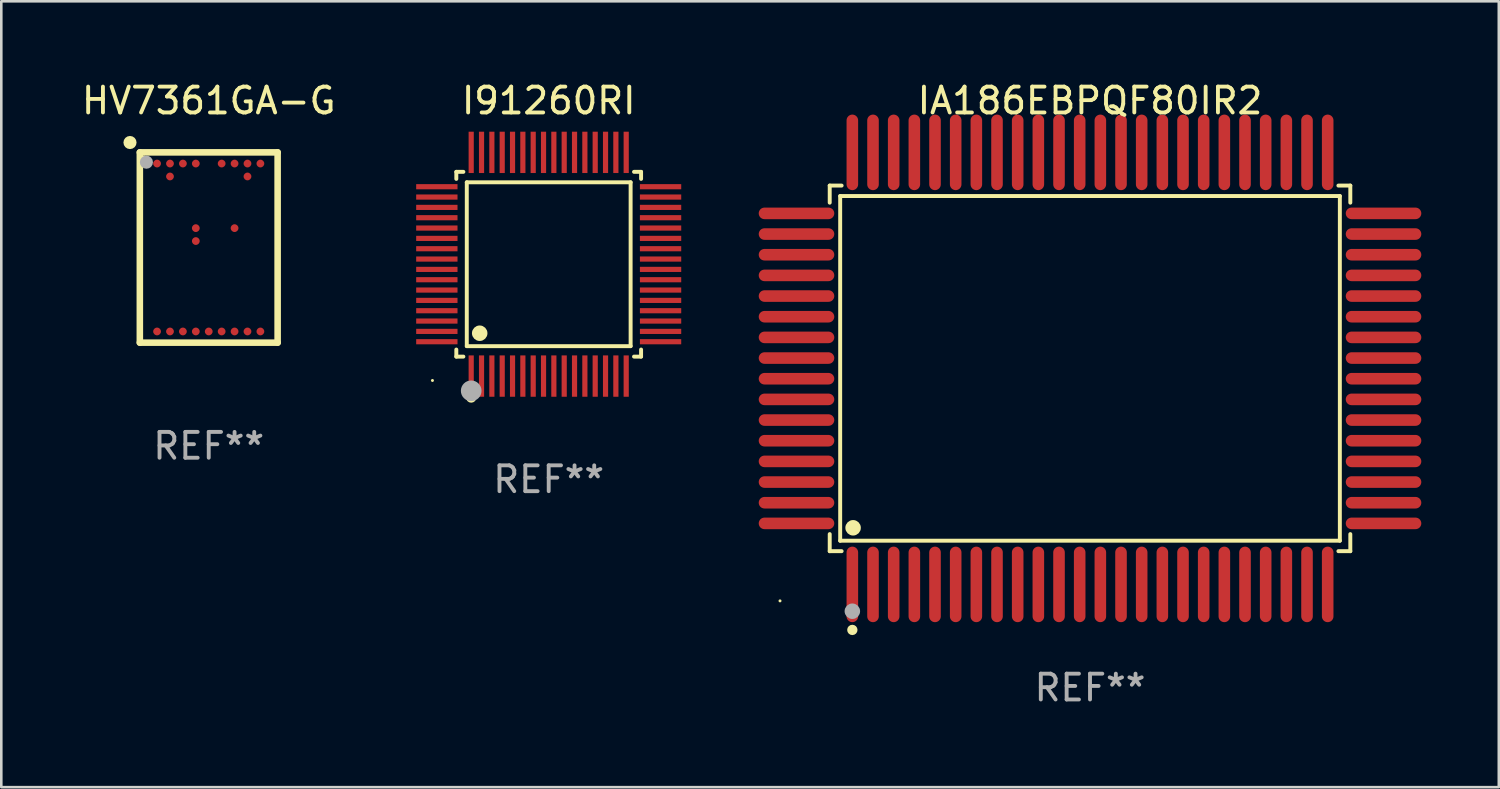
<source format=kicad_pcb>
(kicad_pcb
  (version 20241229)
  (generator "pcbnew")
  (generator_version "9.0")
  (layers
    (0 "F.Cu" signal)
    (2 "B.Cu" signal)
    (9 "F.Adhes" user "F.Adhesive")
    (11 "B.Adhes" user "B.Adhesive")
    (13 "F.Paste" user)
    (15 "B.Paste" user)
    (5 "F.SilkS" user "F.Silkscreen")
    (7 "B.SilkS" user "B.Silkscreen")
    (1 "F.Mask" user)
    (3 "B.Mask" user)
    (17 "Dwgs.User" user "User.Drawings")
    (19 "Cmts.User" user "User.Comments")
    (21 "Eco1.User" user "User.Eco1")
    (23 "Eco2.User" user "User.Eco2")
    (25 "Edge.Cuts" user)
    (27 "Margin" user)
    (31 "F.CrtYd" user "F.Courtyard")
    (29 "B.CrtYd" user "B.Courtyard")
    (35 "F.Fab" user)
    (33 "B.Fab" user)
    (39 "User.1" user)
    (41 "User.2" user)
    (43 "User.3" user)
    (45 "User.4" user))
  (footprint "HV7361GA-G"
    (layer "F.Cu")
    (at 5.03 6.531)
    (property "Reference" "HV7361GA-G" (at 0 -5.683 0) (layer "F.SilkS") (effects (font (size 1 1) (thickness 0.15))))
    (attr through_hole)
    (fp_line (start -2.667 -3.683) (end 2.667 -3.683) (stroke (width 0.254) (type solid)) (layer "F.SilkS"))
    (fp_line (start -2.667 3.683) (end -2.667 -3.683) (stroke (width 0.254) (type solid)) (layer "F.SilkS"))
    (fp_line (start 2.667 -3.683) (end 2.667 3.683) (stroke (width 0.254) (type solid)) (layer "F.SilkS"))
    (fp_line (start 2.667 3.683) (end -2.667 3.683) (stroke (width 0.254) (type solid)) (layer "F.SilkS"))
    (fp_circle (center -3.048 -4.064) (end -2.921 -4.064) (stroke (width 0.254) (type solid)) (fill no) (layer "F.SilkS"))
    (fp_circle (center -2.506 -3.503) (end -2.476 -3.503) (stroke (width 0.06) (type solid)) (fill no) (layer "F.SilkS"))
    (fp_circle (center -2.413 -3.302) (end -2.286 -3.302) (stroke (width 0.254) (type solid)) (fill no) (layer "F.Fab"))
    (fp_text user "REF**" (at 0 7.683 0) (layer "F.Fab") (effects (font (size 1 1) (thickness 0.15))))
    (pad "A1" smd circle (at -2 -3.25) (size 0.3 0.3) (layers "F.Cu" "F.Mask" "F.Paste"))
    (pad "A2" smd circle (at -1.5 -3.25) (size 0.3 0.3) (layers "F.Cu" "F.Mask" "F.Paste"))
    (pad "A3" smd circle (at -1 -3.25) (size 0.3 0.3) (layers "F.Cu" "F.Mask" "F.Paste"))
    (pad "A4" smd circle (at -0.5 -3.25) (size 0.3 0.3) (layers "F.Cu" "F.Mask" "F.Paste"))
    (pad "A6" smd circle (at 0.5 -3.25) (size 0.3 0.3) (layers "F.Cu" "F.Mask" "F.Paste"))
    (pad "A7" smd circle (at 1 -3.25) (size 0.3 0.3) (layers "F.Cu" "F.Mask" "F.Paste"))
    (pad "A8" smd circle (at 1.5 -3.25) (size 0.3 0.3) (layers "F.Cu" "F.Mask" "F.Paste"))
    (pad "A9" smd circle (at 2 -3.25) (size 0.3 0.3) (layers "F.Cu" "F.Mask" "F.Paste"))
    (pad "B2" smd circle (at -1.5 -2.75) (size 0.3 0.3) (layers "F.Cu" "F.Mask" "F.Paste"))
    (pad "B8" smd circle (at 1.5 -2.75) (size 0.3 0.3) (layers "F.Cu" "F.Mask" "F.Paste"))
    (pad "F4" smd circle (at -0.5 -0.75) (size 0.3 0.3) (layers "F.Cu" "F.Mask" "F.Paste"))
    (pad "F7" smd circle (at 1 -0.75) (size 0.3 0.3) (layers "F.Cu" "F.Mask" "F.Paste"))
    (pad "G4" smd circle (at -0.5 -0.25) (size 0.3 0.3) (layers "F.Cu" "F.Mask" "F.Paste"))
    (pad "P1" smd circle (at -2 3.25) (size 0.3 0.3) (layers "F.Cu" "F.Mask" "F.Paste"))
    (pad "P2" smd circle (at -1.5 3.25) (size 0.3 0.3) (layers "F.Cu" "F.Mask" "F.Paste"))
    (pad "P3" smd circle (at -1 3.25) (size 0.3 0.3) (layers "F.Cu" "F.Mask" "F.Paste"))
    (pad "P4" smd circle (at -0.5 3.25) (size 0.3 0.3) (layers "F.Cu" "F.Mask" "F.Paste"))
    (pad "P5" smd circle (at 0 3.25) (size 0.3 0.3) (layers "F.Cu" "F.Mask" "F.Paste"))
    (pad "P6" smd circle (at 0.5 3.25) (size 0.3 0.3) (layers "F.Cu" "F.Mask" "F.Paste"))
    (pad "P7" smd circle (at 1 3.25) (size 0.3 0.3) (layers "F.Cu" "F.Mask" "F.Paste"))
    (pad "P8" smd circle (at 1.5 3.25) (size 0.3 0.3) (layers "F.Cu" "F.Mask" "F.Paste"))
    (pad "P9" smd circle (at 2 3.25) (size 0.3 0.3) (layers "F.Cu" "F.Mask" "F.Paste")))
  (footprint "I91260RI"
    (layer "F.Cu")
    (at 18.19 7.178)
    (property "Reference" "I91260RI" (at 0 -6.33 0) (layer "F.SilkS") (effects (font (size 1 1) (thickness 0.15))))
    (attr through_hole)
    (fp_line (start -3.576 -3.576) (end -3.303 -3.576) (stroke (width 0.152) (type solid)) (layer "F.SilkS"))
    (fp_line (start -3.576 -3.303) (end -3.576 -3.576) (stroke (width 0.152) (type solid)) (layer "F.SilkS"))
    (fp_line (start -3.576 3.303) (end -3.576 3.576) (stroke (width 0.152) (type solid)) (layer "F.SilkS"))
    (fp_line (start -3.576 3.576) (end -3.303 3.576) (stroke (width 0.152) (type solid)) (layer "F.SilkS"))
    (fp_line (start -3.171 -3.171) (end 3.171 -3.171) (stroke (width 0.152) (type solid)) (layer "F.SilkS"))
    (fp_line (start -3.171 3.171) (end -3.171 -3.171) (stroke (width 0.152) (type solid)) (layer "F.SilkS"))
    (fp_line (start 3.171 -3.171) (end 3.171 3.171) (stroke (width 0.152) (type solid)) (layer "F.SilkS"))
    (fp_line (start 3.171 3.171) (end -3.171 3.171) (stroke (width 0.152) (type solid)) (layer "F.SilkS"))
    (fp_line (start 3.576 -3.576) (end 3.303 -3.576) (stroke (width 0.152) (type solid)) (layer "F.SilkS"))
    (fp_line (start 3.576 -3.303) (end 3.576 -3.576) (stroke (width 0.152) (type solid)) (layer "F.SilkS"))
    (fp_line (start 3.576 3.303) (end 3.576 3.576) (stroke (width 0.152) (type solid)) (layer "F.SilkS"))
    (fp_line (start 3.576 3.576) (end 3.303 3.576) (stroke (width 0.152) (type solid)) (layer "F.SilkS"))
    (fp_circle (center -4.5 4.5) (end -4.47 4.5) (stroke (width 0.06) (type solid)) (fill no) (layer "F.SilkS"))
    (fp_circle (center -3 5.16) (end -2.9 5.16) (stroke (width 0.2) (type solid)) (fill no) (layer "F.SilkS"))
    (fp_circle (center -2.671 2.671) (end -2.521 2.671) (stroke (width 0.3) (type solid)) (fill no) (layer "F.SilkS"))
    (fp_circle (center -3 4.9) (end -2.8 4.9) (stroke (width 0.4) (type solid)) (fill no) (layer "F.Fab"))
    (fp_text user "REF**" (at 0 8.33 0) (layer "F.Fab") (effects (font (size 1 1) (thickness 0.15))))
    (pad "1" smd rect (at -3 4.33) (size 0.2 1.6) (layers "F.Cu" "F.Mask" "F.Paste"))
    (pad "2" smd rect (at -2.6 4.33) (size 0.2 1.6) (layers "F.Cu" "F.Mask" "F.Paste"))
    (pad "3" smd rect (at -2.2 4.33) (size 0.2 1.6) (layers "F.Cu" "F.Mask" "F.Paste"))
    (pad "4" smd rect (at -1.8 4.33) (size 0.2 1.6) (layers "F.Cu" "F.Mask" "F.Paste"))
    (pad "5" smd rect (at -1.4 4.33) (size 0.2 1.6) (layers "F.Cu" "F.Mask" "F.Paste"))
    (pad "6" smd rect (at -1 4.33) (size 0.2 1.6) (layers "F.Cu" "F.Mask" "F.Paste"))
    (pad "7" smd rect (at -0.6 4.33) (size 0.2 1.6) (layers "F.Cu" "F.Mask" "F.Paste"))
    (pad "8" smd rect (at -0.2 4.33) (size 0.2 1.6) (layers "F.Cu" "F.Mask" "F.Paste"))
    (pad "9" smd rect (at 0.2 4.33) (size 0.2 1.6) (layers "F.Cu" "F.Mask" "F.Paste"))
    (pad "10" smd rect (at 0.6 4.33) (size 0.2 1.6) (layers "F.Cu" "F.Mask" "F.Paste"))
    (pad "11" smd rect (at 1 4.33) (size 0.2 1.6) (layers "F.Cu" "F.Mask" "F.Paste"))
    (pad "12" smd rect (at 1.4 4.33) (size 0.2 1.6) (layers "F.Cu" "F.Mask" "F.Paste"))
    (pad "13" smd rect (at 1.8 4.33) (size 0.2 1.6) (layers "F.Cu" "F.Mask" "F.Paste"))
    (pad "14" smd rect (at 2.2 4.33) (size 0.2 1.6) (layers "F.Cu" "F.Mask" "F.Paste"))
    (pad "15" smd rect (at 2.6 4.33) (size 0.2 1.6) (layers "F.Cu" "F.Mask" "F.Paste"))
    (pad "16" smd rect (at 3 4.33) (size 0.2 1.6) (layers "F.Cu" "F.Mask" "F.Paste"))
    (pad "17" smd rect (at 4.33 3) (size 1.6 0.2) (layers "F.Cu" "F.Mask" "F.Paste"))
    (pad "18" smd rect (at 4.33 2.6) (size 1.6 0.2) (layers "F.Cu" "F.Mask" "F.Paste"))
    (pad "19" smd rect (at 4.33 2.2) (size 1.6 0.2) (layers "F.Cu" "F.Mask" "F.Paste"))
    (pad "20" smd rect (at 4.33 1.8) (size 1.6 0.2) (layers "F.Cu" "F.Mask" "F.Paste"))
    (pad "21" smd rect (at 4.33 1.4) (size 1.6 0.2) (layers "F.Cu" "F.Mask" "F.Paste"))
    (pad "22" smd rect (at 4.33 1) (size 1.6 0.2) (layers "F.Cu" "F.Mask" "F.Paste"))
    (pad "23" smd rect (at 4.33 0.6) (size 1.6 0.2) (layers "F.Cu" "F.Mask" "F.Paste"))
    (pad "24" smd rect (at 4.33 0.2) (size 1.6 0.2) (layers "F.Cu" "F.Mask" "F.Paste"))
    (pad "25" smd rect (at 4.33 -0.2) (size 1.6 0.2) (layers "F.Cu" "F.Mask" "F.Paste"))
    (pad "26" smd rect (at 4.33 -0.6) (size 1.6 0.2) (layers "F.Cu" "F.Mask" "F.Paste"))
    (pad "27" smd rect (at 4.33 -1) (size 1.6 0.2) (layers "F.Cu" "F.Mask" "F.Paste"))
    (pad "28" smd rect (at 4.33 -1.4) (size 1.6 0.2) (layers "F.Cu" "F.Mask" "F.Paste"))
    (pad "29" smd rect (at 4.33 -1.8) (size 1.6 0.2) (layers "F.Cu" "F.Mask" "F.Paste"))
    (pad "30" smd rect (at 4.33 -2.2) (size 1.6 0.2) (layers "F.Cu" "F.Mask" "F.Paste"))
    (pad "31" smd rect (at 4.33 -2.6) (size 1.6 0.2) (layers "F.Cu" "F.Mask" "F.Paste"))
    (pad "32" smd rect (at 4.33 -3) (size 1.6 0.2) (layers "F.Cu" "F.Mask" "F.Paste"))
    (pad "33" smd rect (at 3 -4.33) (size 0.2 1.6) (layers "F.Cu" "F.Mask" "F.Paste"))
    (pad "34" smd rect (at 2.6 -4.33) (size 0.2 1.6) (layers "F.Cu" "F.Mask" "F.Paste"))
    (pad "35" smd rect (at 2.2 -4.33) (size 0.2 1.6) (layers "F.Cu" "F.Mask" "F.Paste"))
    (pad "36" smd rect (at 1.8 -4.33) (size 0.2 1.6) (layers "F.Cu" "F.Mask" "F.Paste"))
    (pad "37" smd rect (at 1.4 -4.33) (size 0.2 1.6) (layers "F.Cu" "F.Mask" "F.Paste"))
    (pad "38" smd rect (at 1 -4.33) (size 0.2 1.6) (layers "F.Cu" "F.Mask" "F.Paste"))
    (pad "39" smd rect (at 0.6 -4.33) (size 0.2 1.6) (layers "F.Cu" "F.Mask" "F.Paste"))
    (pad "40" smd rect (at 0.2 -4.33) (size 0.2 1.6) (layers "F.Cu" "F.Mask" "F.Paste"))
    (pad "41" smd rect (at -0.2 -4.33) (size 0.2 1.6) (layers "F.Cu" "F.Mask" "F.Paste"))
    (pad "42" smd rect (at -0.6 -4.33) (size 0.2 1.6) (layers "F.Cu" "F.Mask" "F.Paste"))
    (pad "43" smd rect (at -1 -4.33) (size 0.2 1.6) (layers "F.Cu" "F.Mask" "F.Paste"))
    (pad "44" smd rect (at -1.4 -4.33) (size 0.2 1.6) (layers "F.Cu" "F.Mask" "F.Paste"))
    (pad "45" smd rect (at -1.8 -4.33) (size 0.2 1.6) (layers "F.Cu" "F.Mask" "F.Paste"))
    (pad "46" smd rect (at -2.2 -4.33) (size 0.2 1.6) (layers "F.Cu" "F.Mask" "F.Paste"))
    (pad "47" smd rect (at -2.6 -4.33) (size 0.2 1.6) (layers "F.Cu" "F.Mask" "F.Paste"))
    (pad "48" smd rect (at -3 -4.33) (size 0.2 1.6) (layers "F.Cu" "F.Mask" "F.Paste"))
    (pad "49" smd rect (at -4.33 -3) (size 1.6 0.2) (layers "F.Cu" "F.Mask" "F.Paste"))
    (pad "50" smd rect (at -4.33 -2.6) (size 1.6 0.2) (layers "F.Cu" "F.Mask" "F.Paste"))
    (pad "51" smd rect (at -4.33 -2.2) (size 1.6 0.2) (layers "F.Cu" "F.Mask" "F.Paste"))
    (pad "52" smd rect (at -4.33 -1.8) (size 1.6 0.2) (layers "F.Cu" "F.Mask" "F.Paste"))
    (pad "53" smd rect (at -4.33 -1.4) (size 1.6 0.2) (layers "F.Cu" "F.Mask" "F.Paste"))
    (pad "54" smd rect (at -4.33 -1) (size 1.6 0.2) (layers "F.Cu" "F.Mask" "F.Paste"))
    (pad "55" smd rect (at -4.33 -0.6) (size 1.6 0.2) (layers "F.Cu" "F.Mask" "F.Paste"))
    (pad "56" smd rect (at -4.33 -0.2) (size 1.6 0.2) (layers "F.Cu" "F.Mask" "F.Paste"))
    (pad "57" smd rect (at -4.33 0.2) (size 1.6 0.2) (layers "F.Cu" "F.Mask" "F.Paste"))
    (pad "58" smd rect (at -4.33 0.6) (size 1.6 0.2) (layers "F.Cu" "F.Mask" "F.Paste"))
    (pad "59" smd rect (at -4.33 1) (size 1.6 0.2) (layers "F.Cu" "F.Mask" "F.Paste"))
    (pad "60" smd rect (at -4.33 1.4) (size 1.6 0.2) (layers "F.Cu" "F.Mask" "F.Paste"))
    (pad "61" smd rect (at -4.33 1.8) (size 1.6 0.2) (layers "F.Cu" "F.Mask" "F.Paste"))
    (pad "62" smd rect (at -4.33 2.2) (size 1.6 0.2) (layers "F.Cu" "F.Mask" "F.Paste"))
    (pad "63" smd rect (at -4.33 2.6) (size 1.6 0.2) (layers "F.Cu" "F.Mask" "F.Paste"))
    (pad "64" smd rect (at -4.33 3) (size 1.6 0.2) (layers "F.Cu" "F.Mask" "F.Paste")))
  (footprint "IA186EBPQF80IR2"
    (layer "F.Cu")
    (at 39.144 11.21)
    (property "Reference" "IA186EBPQF80IR2" (at 0 -10.362 0) (layer "F.SilkS") (effects (font (size 1 1) (thickness 0.15))))
    (attr through_hole)
    (fp_line (start -10.076 -7.076) (end -9.615 -7.076) (stroke (width 0.152) (type solid)) (layer "F.SilkS"))
    (fp_line (start -10.076 -6.415) (end -10.076 -7.076) (stroke (width 0.152) (type solid)) (layer "F.SilkS"))
    (fp_line (start -10.076 6.415) (end -10.076 7.076) (stroke (width 0.152) (type solid)) (layer "F.SilkS"))
    (fp_line (start -10.076 7.076) (end -9.615 7.076) (stroke (width 0.152) (type solid)) (layer "F.SilkS"))
    (fp_line (start -9.671 -6.671) (end 9.671 -6.671) (stroke (width 0.152) (type solid)) (layer "F.SilkS"))
    (fp_line (start -9.671 6.671) (end -9.671 -6.671) (stroke (width 0.152) (type solid)) (layer "F.SilkS"))
    (fp_line (start 9.671 -6.671) (end 9.671 6.671) (stroke (width 0.152) (type solid)) (layer "F.SilkS"))
    (fp_line (start 9.671 6.671) (end -9.671 6.671) (stroke (width 0.152) (type solid)) (layer "F.SilkS"))
    (fp_line (start 10.076 -7.076) (end 9.615 -7.076) (stroke (width 0.152) (type solid)) (layer "F.SilkS"))
    (fp_line (start 10.076 -6.415) (end 10.076 -7.076) (stroke (width 0.152) (type solid)) (layer "F.SilkS"))
    (fp_line (start 10.076 6.415) (end 10.076 7.076) (stroke (width 0.152) (type solid)) (layer "F.SilkS"))
    (fp_line (start 10.076 7.076) (end 9.615 7.076) (stroke (width 0.152) (type solid)) (layer "F.SilkS"))
    (fp_circle (center -12 9) (end -11.97 9) (stroke (width 0.06) (type solid)) (fill no) (layer "F.SilkS"))
    (fp_circle (center -9.2 10.124) (end -9.1 10.124) (stroke (width 0.2) (type solid)) (fill no) (layer "F.SilkS"))
    (fp_circle (center -9.171 6.171) (end -9.021 6.171) (stroke (width 0.3) (type solid)) (fill no) (layer "F.SilkS"))
    (fp_circle (center -9.2 9.4) (end -9.05 9.4) (stroke (width 0.3) (type solid)) (fill no) (layer "F.Fab"))
    (fp_text user "REF**" (at 0 12.362 0) (layer "F.Fab") (effects (font (size 1 1) (thickness 0.15))))
    (pad "1" smd oval (at -9.2 8.362) (size 0.448 2.924) (layers "F.Cu" "F.Mask" "F.Paste"))
    (pad "2" smd oval (at -8.4 8.362) (size 0.448 2.924) (layers "F.Cu" "F.Mask" "F.Paste"))
    (pad "3" smd oval (at -7.6 8.362) (size 0.448 2.924) (layers "F.Cu" "F.Mask" "F.Paste"))
    (pad "4" smd oval (at -6.8 8.362) (size 0.448 2.924) (layers "F.Cu" "F.Mask" "F.Paste"))
    (pad "5" smd oval (at -6 8.362) (size 0.448 2.924) (layers "F.Cu" "F.Mask" "F.Paste"))
    (pad "6" smd oval (at -5.2 8.362) (size 0.448 2.924) (layers "F.Cu" "F.Mask" "F.Paste"))
    (pad "7" smd oval (at -4.4 8.362) (size 0.448 2.924) (layers "F.Cu" "F.Mask" "F.Paste"))
    (pad "8" smd oval (at -3.6 8.362) (size 0.448 2.924) (layers "F.Cu" "F.Mask" "F.Paste"))
    (pad "9" smd oval (at -2.8 8.362) (size 0.448 2.924) (layers "F.Cu" "F.Mask" "F.Paste"))
    (pad "10" smd oval (at -2 8.362) (size 0.448 2.924) (layers "F.Cu" "F.Mask" "F.Paste"))
    (pad "11" smd oval (at -1.2 8.362) (size 0.448 2.924) (layers "F.Cu" "F.Mask" "F.Paste"))
    (pad "12" smd oval (at -0.4 8.362) (size 0.448 2.924) (layers "F.Cu" "F.Mask" "F.Paste"))
    (pad "13" smd oval (at 0.4 8.362) (size 0.448 2.924) (layers "F.Cu" "F.Mask" "F.Paste"))
    (pad "14" smd oval (at 1.2 8.362) (size 0.448 2.924) (layers "F.Cu" "F.Mask" "F.Paste"))
    (pad "15" smd oval (at 2 8.362) (size 0.448 2.924) (layers "F.Cu" "F.Mask" "F.Paste"))
    (pad "16" smd oval (at 2.8 8.362) (size 0.448 2.924) (layers "F.Cu" "F.Mask" "F.Paste"))
    (pad "17" smd oval (at 3.6 8.362) (size 0.448 2.924) (layers "F.Cu" "F.Mask" "F.Paste"))
    (pad "18" smd oval (at 4.4 8.362) (size 0.448 2.924) (layers "F.Cu" "F.Mask" "F.Paste"))
    (pad "19" smd oval (at 5.2 8.362) (size 0.448 2.924) (layers "F.Cu" "F.Mask" "F.Paste"))
    (pad "20" smd oval (at 6 8.362) (size 0.448 2.924) (layers "F.Cu" "F.Mask" "F.Paste"))
    (pad "21" smd oval (at 6.8 8.362) (size 0.448 2.924) (layers "F.Cu" "F.Mask" "F.Paste"))
    (pad "22" smd oval (at 7.6 8.362) (size 0.448 2.924) (layers "F.Cu" "F.Mask" "F.Paste"))
    (pad "23" smd oval (at 8.4 8.362) (size 0.448 2.924) (layers "F.Cu" "F.Mask" "F.Paste"))
    (pad "24" smd oval (at 9.2 8.362) (size 0.448 2.924) (layers "F.Cu" "F.Mask" "F.Paste"))
    (pad "25" smd oval (at 11.362 6) (size 2.924 0.448) (layers "F.Cu" "F.Mask" "F.Paste"))
    (pad "26" smd oval (at 11.362 5.2) (size 2.924 0.448) (layers "F.Cu" "F.Mask" "F.Paste"))
    (pad "27" smd oval (at 11.362 4.4) (size 2.924 0.448) (layers "F.Cu" "F.Mask" "F.Paste"))
    (pad "28" smd oval (at 11.362 3.6) (size 2.924 0.448) (layers "F.Cu" "F.Mask" "F.Paste"))
    (pad "29" smd oval (at 11.362 2.8) (size 2.924 0.448) (layers "F.Cu" "F.Mask" "F.Paste"))
    (pad "30" smd oval (at 11.362 2) (size 2.924 0.448) (layers "F.Cu" "F.Mask" "F.Paste"))
    (pad "31" smd oval (at 11.362 1.2) (size 2.924 0.448) (layers "F.Cu" "F.Mask" "F.Paste"))
    (pad "32" smd oval (at 11.362 0.4) (size 2.924 0.448) (layers "F.Cu" "F.Mask" "F.Paste"))
    (pad "33" smd oval (at 11.362 -0.4) (size 2.924 0.448) (layers "F.Cu" "F.Mask" "F.Paste"))
    (pad "34" smd oval (at 11.362 -1.2) (size 2.924 0.448) (layers "F.Cu" "F.Mask" "F.Paste"))
    (pad "35" smd oval (at 11.362 -2) (size 2.924 0.448) (layers "F.Cu" "F.Mask" "F.Paste"))
    (pad "36" smd oval (at 11.362 -2.8) (size 2.924 0.448) (layers "F.Cu" "F.Mask" "F.Paste"))
    (pad "37" smd oval (at 11.362 -3.6) (size 2.924 0.448) (layers "F.Cu" "F.Mask" "F.Paste"))
    (pad "38" smd oval (at 11.362 -4.4) (size 2.924 0.448) (layers "F.Cu" "F.Mask" "F.Paste"))
    (pad "39" smd oval (at 11.362 -5.2) (size 2.924 0.448) (layers "F.Cu" "F.Mask" "F.Paste"))
    (pad "40" smd oval (at 11.362 -6) (size 2.924 0.448) (layers "F.Cu" "F.Mask" "F.Paste"))
    (pad "41" smd oval (at 9.2 -8.362) (size 0.448 2.924) (layers "F.Cu" "F.Mask" "F.Paste"))
    (pad "42" smd oval (at 8.4 -8.362) (size 0.448 2.924) (layers "F.Cu" "F.Mask" "F.Paste"))
    (pad "43" smd oval (at 7.6 -8.362) (size 0.448 2.924) (layers "F.Cu" "F.Mask" "F.Paste"))
    (pad "44" smd oval (at 6.8 -8.362) (size 0.448 2.924) (layers "F.Cu" "F.Mask" "F.Paste"))
    (pad "45" smd oval (at 6 -8.362) (size 0.448 2.924) (layers "F.Cu" "F.Mask" "F.Paste"))
    (pad "46" smd oval (at 5.2 -8.362) (size 0.448 2.924) (layers "F.Cu" "F.Mask" "F.Paste"))
    (pad "47" smd oval (at 4.4 -8.362) (size 0.448 2.924) (layers "F.Cu" "F.Mask" "F.Paste"))
    (pad "48" smd oval (at 3.6 -8.362) (size 0.448 2.924) (layers "F.Cu" "F.Mask" "F.Paste"))
    (pad "49" smd oval (at 2.8 -8.362) (size 0.448 2.924) (layers "F.Cu" "F.Mask" "F.Paste"))
    (pad "50" smd oval (at 2 -8.362) (size 0.448 2.924) (layers "F.Cu" "F.Mask" "F.Paste"))
    (pad "51" smd oval (at 1.2 -8.362) (size 0.448 2.924) (layers "F.Cu" "F.Mask" "F.Paste"))
    (pad "52" smd oval (at 0.4 -8.362) (size 0.448 2.924) (layers "F.Cu" "F.Mask" "F.Paste"))
    (pad "53" smd oval (at -0.4 -8.362) (size 0.448 2.924) (layers "F.Cu" "F.Mask" "F.Paste"))
    (pad "54" smd oval (at -1.2 -8.362) (size 0.448 2.924) (layers "F.Cu" "F.Mask" "F.Paste"))
    (pad "55" smd oval (at -2 -8.362) (size 0.448 2.924) (layers "F.Cu" "F.Mask" "F.Paste"))
    (pad "56" smd oval (at -2.8 -8.362) (size 0.448 2.924) (layers "F.Cu" "F.Mask" "F.Paste"))
    (pad "57" smd oval (at -3.6 -8.362) (size 0.448 2.924) (layers "F.Cu" "F.Mask" "F.Paste"))
    (pad "58" smd oval (at -4.4 -8.362) (size 0.448 2.924) (layers "F.Cu" "F.Mask" "F.Paste"))
    (pad "59" smd oval (at -5.2 -8.362) (size 0.448 2.924) (layers "F.Cu" "F.Mask" "F.Paste"))
    (pad "60" smd oval (at -6 -8.362) (size 0.448 2.924) (layers "F.Cu" "F.Mask" "F.Paste"))
    (pad "61" smd oval (at -6.8 -8.362) (size 0.448 2.924) (layers "F.Cu" "F.Mask" "F.Paste"))
    (pad "62" smd oval (at -7.6 -8.362) (size 0.448 2.924) (layers "F.Cu" "F.Mask" "F.Paste"))
    (pad "63" smd oval (at -8.4 -8.362) (size 0.448 2.924) (layers "F.Cu" "F.Mask" "F.Paste"))
    (pad "64" smd oval (at -9.2 -8.362) (size 0.448 2.924) (layers "F.Cu" "F.Mask" "F.Paste"))
    (pad "65" smd oval (at -11.362 -6) (size 2.924 0.448) (layers "F.Cu" "F.Mask" "F.Paste"))
    (pad "66" smd oval (at -11.362 -5.2) (size 2.924 0.448) (layers "F.Cu" "F.Mask" "F.Paste"))
    (pad "67" smd oval (at -11.362 -4.4) (size 2.924 0.448) (layers "F.Cu" "F.Mask" "F.Paste"))
    (pad "68" smd oval (at -11.362 -3.6) (size 2.924 0.448) (layers "F.Cu" "F.Mask" "F.Paste"))
    (pad "69" smd oval (at -11.362 -2.8) (size 2.924 0.448) (layers "F.Cu" "F.Mask" "F.Paste"))
    (pad "70" smd oval (at -11.362 -2) (size 2.924 0.448) (layers "F.Cu" "F.Mask" "F.Paste"))
    (pad "71" smd oval (at -11.362 -1.2) (size 2.924 0.448) (layers "F.Cu" "F.Mask" "F.Paste"))
    (pad "72" smd oval (at -11.362 -0.4) (size 2.924 0.448) (layers "F.Cu" "F.Mask" "F.Paste"))
    (pad "73" smd oval (at -11.362 0.4) (size 2.924 0.448) (layers "F.Cu" "F.Mask" "F.Paste"))
    (pad "74" smd oval (at -11.362 1.2) (size 2.924 0.448) (layers "F.Cu" "F.Mask" "F.Paste"))
    (pad "75" smd oval (at -11.362 2) (size 2.924 0.448) (layers "F.Cu" "F.Mask" "F.Paste"))
    (pad "76" smd oval (at -11.362 2.8) (size 2.924 0.448) (layers "F.Cu" "F.Mask" "F.Paste"))
    (pad "77" smd oval (at -11.362 3.6) (size 2.924 0.448) (layers "F.Cu" "F.Mask" "F.Paste"))
    (pad "78" smd oval (at -11.362 4.4) (size 2.924 0.448) (layers "F.Cu" "F.Mask" "F.Paste"))
    (pad "79" smd oval (at -11.362 5.2) (size 2.924 0.448) (layers "F.Cu" "F.Mask" "F.Paste"))
    (pad "80" smd oval (at -11.362 6) (size 2.924 0.448) (layers "F.Cu" "F.Mask" "F.Paste")))
  (gr_rect
    (start -3 -3)
    (end 54.968 27.42)
    (stroke (width 0.1) (type default))
    (fill no)
    (layer "Edge.Cuts")))
</source>
